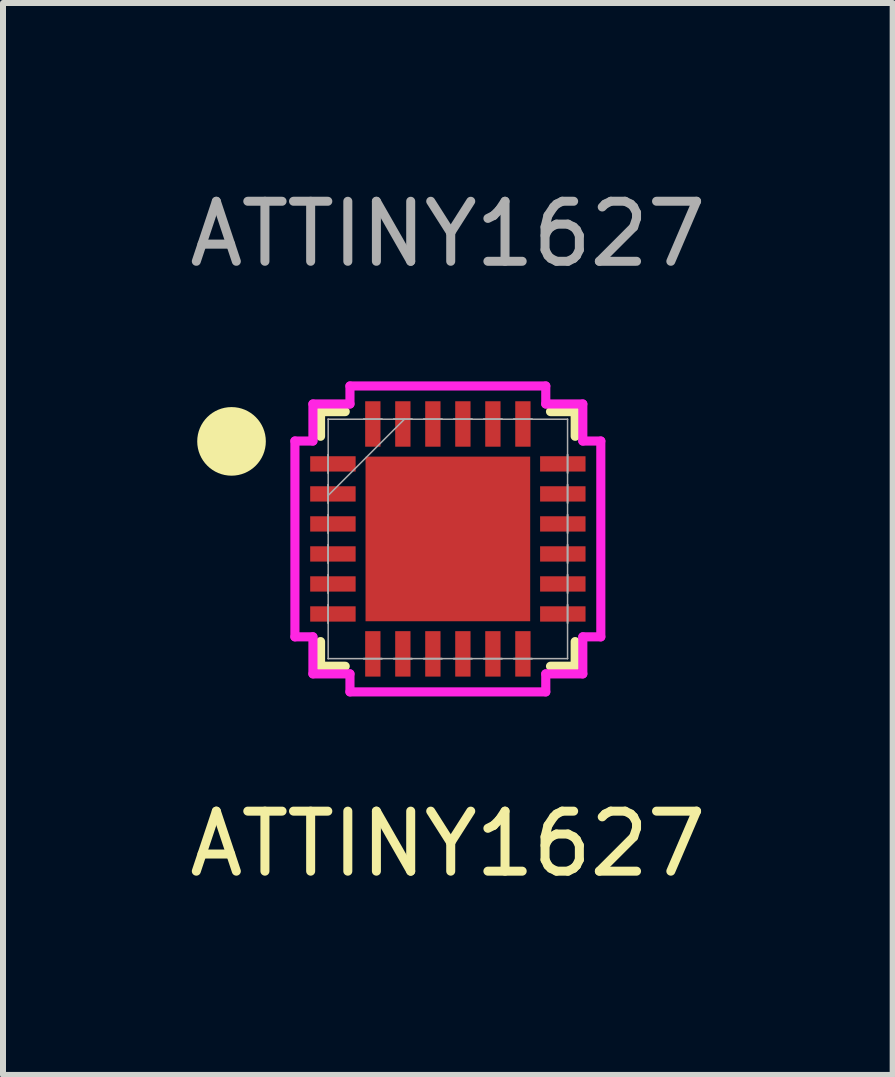
<source format=kicad_pcb>
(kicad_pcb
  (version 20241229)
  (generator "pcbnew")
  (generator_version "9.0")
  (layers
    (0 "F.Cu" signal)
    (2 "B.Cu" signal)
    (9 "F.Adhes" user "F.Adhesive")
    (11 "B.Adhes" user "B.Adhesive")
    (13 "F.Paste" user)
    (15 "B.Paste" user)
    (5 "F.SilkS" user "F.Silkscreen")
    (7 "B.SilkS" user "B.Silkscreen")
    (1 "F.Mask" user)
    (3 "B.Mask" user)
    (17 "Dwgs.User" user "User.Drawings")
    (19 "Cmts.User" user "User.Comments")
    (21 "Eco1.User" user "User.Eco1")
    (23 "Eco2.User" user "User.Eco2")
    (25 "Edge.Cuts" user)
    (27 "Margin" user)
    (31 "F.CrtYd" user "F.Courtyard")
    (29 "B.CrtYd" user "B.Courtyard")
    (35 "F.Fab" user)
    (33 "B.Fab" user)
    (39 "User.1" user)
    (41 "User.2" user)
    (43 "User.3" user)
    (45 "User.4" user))
  (footprint "ATTINY1627"
    (layer "F.Cu")
    (at 4.411 5.928)
    (property "Reference" "ATTINY1627" (at 0 5.08 0) (unlocked yes) (layer "F.SilkS") (effects (font (size 1 1) (thickness 0.15))))
    (attr smd)
    (fp_line (start -2.121 -2.121) (end -2.121 -1.71) (stroke (width 0.152) (type solid)) (layer "F.SilkS"))
    (fp_line (start -2.121 1.71) (end -2.121 2.121) (stroke (width 0.152) (type solid)) (layer "F.SilkS"))
    (fp_line (start -2.121 2.121) (end -1.71 2.121) (stroke (width 0.152) (type solid)) (layer "F.SilkS"))
    (fp_line (start -1.71 -2.121) (end -2.121 -2.121) (stroke (width 0.152) (type solid)) (layer "F.SilkS"))
    (fp_line (start 1.71 2.121) (end 2.121 2.121) (stroke (width 0.152) (type solid)) (layer "F.SilkS"))
    (fp_line (start 2.121 -2.121) (end 1.71 -2.121) (stroke (width 0.152) (type solid)) (layer "F.SilkS"))
    (fp_line (start 2.121 -1.71) (end 2.121 -2.121) (stroke (width 0.152) (type solid)) (layer "F.SilkS"))
    (fp_line (start 2.121 2.121) (end 2.121 1.71) (stroke (width 0.152) (type solid)) (layer "F.SilkS"))
    (fp_circle (center -3.604 -1.625) (end -3.084 -1.587) (stroke (width 0.1) (type solid)) (fill yes) (layer "F.SilkS"))
    (fp_poly (pts (xy -1.272 -1.272) (xy -1.272 -0.1) (xy -0.1 -0.1) (xy -0.1 -1.272)) (stroke (width 0) (type solid)) (fill yes) (layer "F.Paste"))
    (fp_poly (pts (xy -1.272 0.1) (xy -1.272 1.272) (xy -0.1 1.272) (xy -0.1 0.1)) (stroke (width 0) (type solid)) (fill yes) (layer "F.Paste"))
    (fp_poly (pts (xy 0.1 -1.272) (xy 0.1 -0.1) (xy 1.272 -0.1) (xy 1.272 -1.272)) (stroke (width 0) (type solid)) (fill yes) (layer "F.Paste"))
    (fp_poly (pts (xy 0.1 0.1) (xy 0.1 1.272) (xy 1.272 1.272) (xy 1.272 0.1)) (stroke (width 0) (type solid)) (fill yes) (layer "F.Paste"))
    (fp_line (start -2.548 -1.631) (end -2.248 -1.631) (stroke (width 0.152) (type solid)) (layer "F.CrtYd"))
    (fp_line (start -2.548 1.631) (end -2.548 -1.631) (stroke (width 0.152) (type solid)) (layer "F.CrtYd"))
    (fp_line (start -2.248 -2.248) (end -1.631 -2.248) (stroke (width 0.152) (type solid)) (layer "F.CrtYd"))
    (fp_line (start -2.248 -1.631) (end -2.248 -2.248) (stroke (width 0.152) (type solid)) (layer "F.CrtYd"))
    (fp_line (start -2.248 1.631) (end -2.548 1.631) (stroke (width 0.152) (type solid)) (layer "F.CrtYd"))
    (fp_line (start -2.248 2.248) (end -2.248 1.631) (stroke (width 0.152) (type solid)) (layer "F.CrtYd"))
    (fp_line (start -1.631 -2.548) (end 1.631 -2.548) (stroke (width 0.152) (type solid)) (layer "F.CrtYd"))
    (fp_line (start -1.631 -2.248) (end -1.631 -2.548) (stroke (width 0.152) (type solid)) (layer "F.CrtYd"))
    (fp_line (start -1.631 2.248) (end -2.248 2.248) (stroke (width 0.152) (type solid)) (layer "F.CrtYd"))
    (fp_line (start -1.631 2.548) (end -1.631 2.248) (stroke (width 0.152) (type solid)) (layer "F.CrtYd"))
    (fp_line (start 1.631 -2.548) (end 1.631 -2.248) (stroke (width 0.152) (type solid)) (layer "F.CrtYd"))
    (fp_line (start 1.631 -2.248) (end 2.248 -2.248) (stroke (width 0.152) (type solid)) (layer "F.CrtYd"))
    (fp_line (start 1.631 2.248) (end 1.631 2.548) (stroke (width 0.152) (type solid)) (layer "F.CrtYd"))
    (fp_line (start 1.631 2.548) (end -1.631 2.548) (stroke (width 0.152) (type solid)) (layer "F.CrtYd"))
    (fp_line (start 2.248 -2.248) (end 2.248 -1.631) (stroke (width 0.152) (type solid)) (layer "F.CrtYd"))
    (fp_line (start 2.248 -1.631) (end 2.548 -1.631) (stroke (width 0.152) (type solid)) (layer "F.CrtYd"))
    (fp_line (start 2.248 1.631) (end 2.248 2.248) (stroke (width 0.152) (type solid)) (layer "F.CrtYd"))
    (fp_line (start 2.248 2.248) (end 1.631 2.248) (stroke (width 0.152) (type solid)) (layer "F.CrtYd"))
    (fp_line (start 2.548 -1.631) (end 2.548 1.631) (stroke (width 0.152) (type solid)) (layer "F.CrtYd"))
    (fp_line (start 2.548 1.631) (end 2.248 1.631) (stroke (width 0.152) (type solid)) (layer "F.CrtYd"))
    (fp_line (start -1.994 -1.994) (end -1.994 -1.994) (stroke (width 0.025) (type solid)) (layer "F.Fab"))
    (fp_line (start -1.994 -1.994) (end -1.994 1.994) (stroke (width 0.025) (type solid)) (layer "F.Fab"))
    (fp_line (start -1.994 -1.402) (end -1.994 -1.402) (stroke (width 0.025) (type solid)) (layer "F.Fab"))
    (fp_line (start -1.994 -1.402) (end -1.994 -1.098) (stroke (width 0.025) (type solid)) (layer "F.Fab"))
    (fp_line (start -1.994 -1.098) (end -1.994 -1.402) (stroke (width 0.025) (type solid)) (layer "F.Fab"))
    (fp_line (start -1.994 -1.098) (end -1.994 -1.098) (stroke (width 0.025) (type solid)) (layer "F.Fab"))
    (fp_line (start -1.994 -0.902) (end -1.994 -0.902) (stroke (width 0.025) (type solid)) (layer "F.Fab"))
    (fp_line (start -1.994 -0.902) (end -1.994 -0.598) (stroke (width 0.025) (type solid)) (layer "F.Fab"))
    (fp_line (start -1.994 -0.724) (end -0.724 -1.994) (stroke (width 0.025) (type solid)) (layer "F.Fab"))
    (fp_line (start -1.994 -0.598) (end -1.994 -0.902) (stroke (width 0.025) (type solid)) (layer "F.Fab"))
    (fp_line (start -1.994 -0.598) (end -1.994 -0.598) (stroke (width 0.025) (type solid)) (layer "F.Fab"))
    (fp_line (start -1.994 -0.402) (end -1.994 -0.402) (stroke (width 0.025) (type solid)) (layer "F.Fab"))
    (fp_line (start -1.994 -0.402) (end -1.994 -0.098) (stroke (width 0.025) (type solid)) (layer "F.Fab"))
    (fp_line (start -1.994 -0.098) (end -1.994 -0.402) (stroke (width 0.025) (type solid)) (layer "F.Fab"))
    (fp_line (start -1.994 -0.098) (end -1.994 -0.098) (stroke (width 0.025) (type solid)) (layer "F.Fab"))
    (fp_line (start -1.994 0.098) (end -1.994 0.098) (stroke (width 0.025) (type solid)) (layer "F.Fab"))
    (fp_line (start -1.994 0.098) (end -1.994 0.402) (stroke (width 0.025) (type solid)) (layer "F.Fab"))
    (fp_line (start -1.994 0.402) (end -1.994 0.098) (stroke (width 0.025) (type solid)) (layer "F.Fab"))
    (fp_line (start -1.994 0.402) (end -1.994 0.402) (stroke (width 0.025) (type solid)) (layer "F.Fab"))
    (fp_line (start -1.994 0.598) (end -1.994 0.598) (stroke (width 0.025) (type solid)) (layer "F.Fab"))
    (fp_line (start -1.994 0.598) (end -1.994 0.902) (stroke (width 0.025) (type solid)) (layer "F.Fab"))
    (fp_line (start -1.994 0.902) (end -1.994 0.598) (stroke (width 0.025) (type solid)) (layer "F.Fab"))
    (fp_line (start -1.994 0.902) (end -1.994 0.902) (stroke (width 0.025) (type solid)) (layer "F.Fab"))
    (fp_line (start -1.994 1.098) (end -1.994 1.098) (stroke (width 0.025) (type solid)) (layer "F.Fab"))
    (fp_line (start -1.994 1.098) (end -1.994 1.402) (stroke (width 0.025) (type solid)) (layer "F.Fab"))
    (fp_line (start -1.994 1.402) (end -1.994 1.098) (stroke (width 0.025) (type solid)) (layer "F.Fab"))
    (fp_line (start -1.994 1.402) (end -1.994 1.402) (stroke (width 0.025) (type solid)) (layer "F.Fab"))
    (fp_line (start -1.994 1.994) (end -1.994 1.994) (stroke (width 0.025) (type solid)) (layer "F.Fab"))
    (fp_line (start -1.994 1.994) (end 1.994 1.994) (stroke (width 0.025) (type solid)) (layer "F.Fab"))
    (fp_line (start -1.402 -1.994) (end -1.402 -1.994) (stroke (width 0.025) (type solid)) (layer "F.Fab"))
    (fp_line (start -1.402 -1.994) (end -1.098 -1.994) (stroke (width 0.025) (type solid)) (layer "F.Fab"))
    (fp_line (start -1.402 1.994) (end -1.402 1.994) (stroke (width 0.025) (type solid)) (layer "F.Fab"))
    (fp_line (start -1.402 1.994) (end -1.098 1.994) (stroke (width 0.025) (type solid)) (layer "F.Fab"))
    (fp_line (start -1.098 -1.994) (end -1.402 -1.994) (stroke (width 0.025) (type solid)) (layer "F.Fab"))
    (fp_line (start -1.098 -1.994) (end -1.098 -1.994) (stroke (width 0.025) (type solid)) (layer "F.Fab"))
    (fp_line (start -1.098 1.994) (end -1.402 1.994) (stroke (width 0.025) (type solid)) (layer "F.Fab"))
    (fp_line (start -1.098 1.994) (end -1.098 1.994) (stroke (width 0.025) (type solid)) (layer "F.Fab"))
    (fp_line (start -0.902 -1.994) (end -0.902 -1.994) (stroke (width 0.025) (type solid)) (layer "F.Fab"))
    (fp_line (start -0.902 -1.994) (end -0.598 -1.994) (stroke (width 0.025) (type solid)) (layer "F.Fab"))
    (fp_line (start -0.902 1.994) (end -0.902 1.994) (stroke (width 0.025) (type solid)) (layer "F.Fab"))
    (fp_line (start -0.902 1.994) (end -0.598 1.994) (stroke (width 0.025) (type solid)) (layer "F.Fab"))
    (fp_line (start -0.598 -1.994) (end -0.902 -1.994) (stroke (width 0.025) (type solid)) (layer "F.Fab"))
    (fp_line (start -0.598 -1.994) (end -0.598 -1.994) (stroke (width 0.025) (type solid)) (layer "F.Fab"))
    (fp_line (start -0.598 1.994) (end -0.902 1.994) (stroke (width 0.025) (type solid)) (layer "F.Fab"))
    (fp_line (start -0.598 1.994) (end -0.598 1.994) (stroke (width 0.025) (type solid)) (layer "F.Fab"))
    (fp_line (start -0.402 -1.994) (end -0.402 -1.994) (stroke (width 0.025) (type solid)) (layer "F.Fab"))
    (fp_line (start -0.402 -1.994) (end -0.098 -1.994) (stroke (width 0.025) (type solid)) (layer "F.Fab"))
    (fp_line (start -0.402 1.994) (end -0.402 1.994) (stroke (width 0.025) (type solid)) (layer "F.Fab"))
    (fp_line (start -0.402 1.994) (end -0.098 1.994) (stroke (width 0.025) (type solid)) (layer "F.Fab"))
    (fp_line (start -0.098 -1.994) (end -0.402 -1.994) (stroke (width 0.025) (type solid)) (layer "F.Fab"))
    (fp_line (start -0.098 -1.994) (end -0.098 -1.994) (stroke (width 0.025) (type solid)) (layer "F.Fab"))
    (fp_line (start -0.098 1.994) (end -0.402 1.994) (stroke (width 0.025) (type solid)) (layer "F.Fab"))
    (fp_line (start -0.098 1.994) (end -0.098 1.994) (stroke (width 0.025) (type solid)) (layer "F.Fab"))
    (fp_line (start 0.098 -1.994) (end 0.098 -1.994) (stroke (width 0.025) (type solid)) (layer "F.Fab"))
    (fp_line (start 0.098 -1.994) (end 0.402 -1.994) (stroke (width 0.025) (type solid)) (layer "F.Fab"))
    (fp_line (start 0.098 1.994) (end 0.098 1.994) (stroke (width 0.025) (type solid)) (layer "F.Fab"))
    (fp_line (start 0.098 1.994) (end 0.402 1.994) (stroke (width 0.025) (type solid)) (layer "F.Fab"))
    (fp_line (start 0.402 -1.994) (end 0.098 -1.994) (stroke (width 0.025) (type solid)) (layer "F.Fab"))
    (fp_line (start 0.402 -1.994) (end 0.402 -1.994) (stroke (width 0.025) (type solid)) (layer "F.Fab"))
    (fp_line (start 0.402 1.994) (end 0.098 1.994) (stroke (width 0.025) (type solid)) (layer "F.Fab"))
    (fp_line (start 0.402 1.994) (end 0.402 1.994) (stroke (width 0.025) (type solid)) (layer "F.Fab"))
    (fp_line (start 0.598 -1.994) (end 0.598 -1.994) (stroke (width 0.025) (type solid)) (layer "F.Fab"))
    (fp_line (start 0.598 -1.994) (end 0.902 -1.994) (stroke (width 0.025) (type solid)) (layer "F.Fab"))
    (fp_line (start 0.598 1.994) (end 0.598 1.994) (stroke (width 0.025) (type solid)) (layer "F.Fab"))
    (fp_line (start 0.598 1.994) (end 0.902 1.994) (stroke (width 0.025) (type solid)) (layer "F.Fab"))
    (fp_line (start 0.902 -1.994) (end 0.598 -1.994) (stroke (width 0.025) (type solid)) (layer "F.Fab"))
    (fp_line (start 0.902 -1.994) (end 0.902 -1.994) (stroke (width 0.025) (type solid)) (layer "F.Fab"))
    (fp_line (start 0.902 1.994) (end 0.598 1.994) (stroke (width 0.025) (type solid)) (layer "F.Fab"))
    (fp_line (start 0.902 1.994) (end 0.902 1.994) (stroke (width 0.025) (type solid)) (layer "F.Fab"))
    (fp_line (start 1.098 -1.994) (end 1.098 -1.994) (stroke (width 0.025) (type solid)) (layer "F.Fab"))
    (fp_line (start 1.098 -1.994) (end 1.402 -1.994) (stroke (width 0.025) (type solid)) (layer "F.Fab"))
    (fp_line (start 1.098 1.994) (end 1.098 1.994) (stroke (width 0.025) (type solid)) (layer "F.Fab"))
    (fp_line (start 1.098 1.994) (end 1.402 1.994) (stroke (width 0.025) (type solid)) (layer "F.Fab"))
    (fp_line (start 1.402 -1.994) (end 1.098 -1.994) (stroke (width 0.025) (type solid)) (layer "F.Fab"))
    (fp_line (start 1.402 -1.994) (end 1.402 -1.994) (stroke (width 0.025) (type solid)) (layer "F.Fab"))
    (fp_line (start 1.402 1.994) (end 1.098 1.994) (stroke (width 0.025) (type solid)) (layer "F.Fab"))
    (fp_line (start 1.402 1.994) (end 1.402 1.994) (stroke (width 0.025) (type solid)) (layer "F.Fab"))
    (fp_line (start 1.994 -1.994) (end -1.994 -1.994) (stroke (width 0.025) (type solid)) (layer "F.Fab"))
    (fp_line (start 1.994 -1.994) (end 1.994 -1.994) (stroke (width 0.025) (type solid)) (layer "F.Fab"))
    (fp_line (start 1.994 -1.402) (end 1.994 -1.402) (stroke (width 0.025) (type solid)) (layer "F.Fab"))
    (fp_line (start 1.994 -1.402) (end 1.994 -1.098) (stroke (width 0.025) (type solid)) (layer "F.Fab"))
    (fp_line (start 1.994 -1.098) (end 1.994 -1.402) (stroke (width 0.025) (type solid)) (layer "F.Fab"))
    (fp_line (start 1.994 -1.098) (end 1.994 -1.098) (stroke (width 0.025) (type solid)) (layer "F.Fab"))
    (fp_line (start 1.994 -0.902) (end 1.994 -0.902) (stroke (width 0.025) (type solid)) (layer "F.Fab"))
    (fp_line (start 1.994 -0.902) (end 1.994 -0.598) (stroke (width 0.025) (type solid)) (layer "F.Fab"))
    (fp_line (start 1.994 -0.598) (end 1.994 -0.902) (stroke (width 0.025) (type solid)) (layer "F.Fab"))
    (fp_line (start 1.994 -0.598) (end 1.994 -0.598) (stroke (width 0.025) (type solid)) (layer "F.Fab"))
    (fp_line (start 1.994 -0.402) (end 1.994 -0.402) (stroke (width 0.025) (type solid)) (layer "F.Fab"))
    (fp_line (start 1.994 -0.402) (end 1.994 -0.098) (stroke (width 0.025) (type solid)) (layer "F.Fab"))
    (fp_line (start 1.994 -0.098) (end 1.994 -0.402) (stroke (width 0.025) (type solid)) (layer "F.Fab"))
    (fp_line (start 1.994 -0.098) (end 1.994 -0.098) (stroke (width 0.025) (type solid)) (layer "F.Fab"))
    (fp_line (start 1.994 0.098) (end 1.994 0.098) (stroke (width 0.025) (type solid)) (layer "F.Fab"))
    (fp_line (start 1.994 0.098) (end 1.994 0.402) (stroke (width 0.025) (type solid)) (layer "F.Fab"))
    (fp_line (start 1.994 0.402) (end 1.994 0.098) (stroke (width 0.025) (type solid)) (layer "F.Fab"))
    (fp_line (start 1.994 0.402) (end 1.994 0.402) (stroke (width 0.025) (type solid)) (layer "F.Fab"))
    (fp_line (start 1.994 0.598) (end 1.994 0.598) (stroke (width 0.025) (type solid)) (layer "F.Fab"))
    (fp_line (start 1.994 0.598) (end 1.994 0.902) (stroke (width 0.025) (type solid)) (layer "F.Fab"))
    (fp_line (start 1.994 0.902) (end 1.994 0.598) (stroke (width 0.025) (type solid)) (layer "F.Fab"))
    (fp_line (start 1.994 0.902) (end 1.994 0.902) (stroke (width 0.025) (type solid)) (layer "F.Fab"))
    (fp_line (start 1.994 1.098) (end 1.994 1.098) (stroke (width 0.025) (type solid)) (layer "F.Fab"))
    (fp_line (start 1.994 1.098) (end 1.994 1.402) (stroke (width 0.025) (type solid)) (layer "F.Fab"))
    (fp_line (start 1.994 1.402) (end 1.994 1.098) (stroke (width 0.025) (type solid)) (layer "F.Fab"))
    (fp_line (start 1.994 1.402) (end 1.994 1.402) (stroke (width 0.025) (type solid)) (layer "F.Fab"))
    (fp_line (start 1.994 1.994) (end 1.994 -1.994) (stroke (width 0.025) (type solid)) (layer "F.Fab"))
    (fp_line (start 1.994 1.994) (end 1.994 1.994) (stroke (width 0.025) (type solid)) (layer "F.Fab"))
    (fp_text user "${REFERENCE}" (at 0 -5.08 0) (unlocked yes) (layer "F.Fab") (effects (font (size 1 1) (thickness 0.15))))
    (pad "1" smd rect (at -1.915 -1.25 90) (size 0.255 0.757) (layers "F.Cu" "F.Mask" "F.Paste"))
    (pad "2" smd rect (at -1.915 -0.75 90) (size 0.255 0.757) (layers "F.Cu" "F.Mask" "F.Paste"))
    (pad "3" smd rect (at -1.915 -0.25 90) (size 0.255 0.757) (layers "F.Cu" "F.Mask" "F.Paste"))
    (pad "4" smd rect (at -1.915 0.25 90) (size 0.255 0.757) (layers "F.Cu" "F.Mask" "F.Paste"))
    (pad "5" smd rect (at -1.915 0.75 90) (size 0.255 0.757) (layers "F.Cu" "F.Mask" "F.Paste"))
    (pad "6" smd rect (at -1.915 1.25 90) (size 0.255 0.757) (layers "F.Cu" "F.Mask" "F.Paste"))
    (pad "7" smd rect (at -1.25 1.915) (size 0.255 0.757) (layers "F.Cu" "F.Mask" "F.Paste"))
    (pad "8" smd rect (at -0.75 1.915) (size 0.255 0.757) (layers "F.Cu" "F.Mask" "F.Paste"))
    (pad "9" smd rect (at -0.25 1.915) (size 0.255 0.757) (layers "F.Cu" "F.Mask" "F.Paste"))
    (pad "10" smd rect (at 0.25 1.915) (size 0.255 0.757) (layers "F.Cu" "F.Mask" "F.Paste"))
    (pad "11" smd rect (at 0.75 1.915) (size 0.255 0.757) (layers "F.Cu" "F.Mask" "F.Paste"))
    (pad "12" smd rect (at 1.25 1.915) (size 0.255 0.757) (layers "F.Cu" "F.Mask" "F.Paste"))
    (pad "13" smd rect (at 1.915 1.25 90) (size 0.255 0.757) (layers "F.Cu" "F.Mask" "F.Paste"))
    (pad "14" smd rect (at 1.915 0.75 90) (size 0.255 0.757) (layers "F.Cu" "F.Mask" "F.Paste"))
    (pad "15" smd rect (at 1.915 0.25 90) (size 0.255 0.757) (layers "F.Cu" "F.Mask" "F.Paste"))
    (pad "16" smd rect (at 1.915 -0.25 90) (size 0.255 0.757) (layers "F.Cu" "F.Mask" "F.Paste"))
    (pad "17" smd rect (at 1.915 -0.75 90) (size 0.255 0.757) (layers "F.Cu" "F.Mask" "F.Paste"))
    (pad "18" smd rect (at 1.915 -1.25 90) (size 0.255 0.757) (layers "F.Cu" "F.Mask" "F.Paste"))
    (pad "19" smd rect (at 1.25 -1.915) (size 0.255 0.757) (layers "F.Cu" "F.Mask" "F.Paste"))
    (pad "20" smd rect (at 0.75 -1.915) (size 0.255 0.757) (layers "F.Cu" "F.Mask" "F.Paste"))
    (pad "21" smd rect (at 0.25 -1.915) (size 0.255 0.757) (layers "F.Cu" "F.Mask" "F.Paste"))
    (pad "22" smd rect (at -0.25 -1.915) (size 0.255 0.757) (layers "F.Cu" "F.Mask" "F.Paste"))
    (pad "23" smd rect (at -0.75 -1.915) (size 0.255 0.757) (layers "F.Cu" "F.Mask" "F.Paste"))
    (pad "24" smd rect (at -1.25 -1.915) (size 0.255 0.757) (layers "F.Cu" "F.Mask" "F.Paste"))
    (pad "25" smd rect (at 0 0) (size 2.743 2.743) (layers "F.Cu" "F.Mask")))
  (gr_rect
    (start -3 -3)
    (end 11.821 14.857)
    (stroke (width 0.1) (type default))
    (fill no)
    (layer "Edge.Cuts")))
</source>
